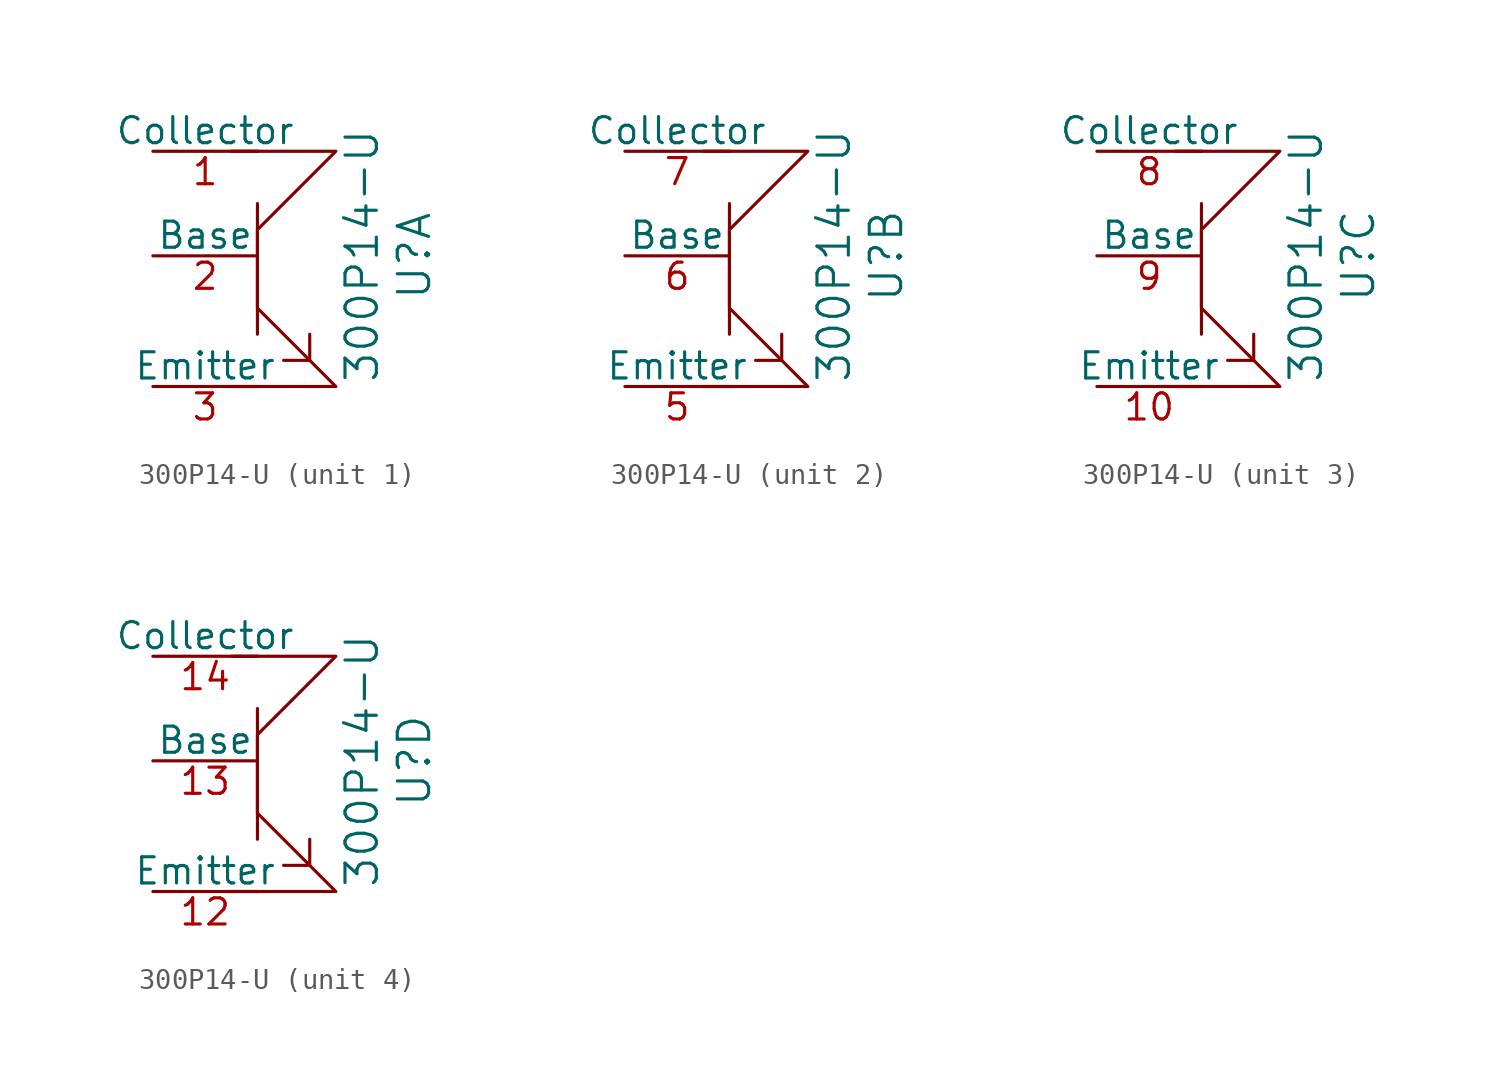
<source format=kicad_sym>
(kicad_symbol_lib
  (version 20241209)
  (generator "kicad_symbol_editor")
  (generator_version "9.0")
  (symbol "300P14-U"
    (pin_names
      (offset 0))
    (property "Reference" "U"
      (at 3.81 0 90)
      (effects (font (size 1.524 1.524))))
    (property "Value" "300P14-U"
      (at 1.27 0 90)
      (effects (font (size 1.524 1.524))))
    (property "Footprint" ""
      (at 0 1.27 0)
      (effects (font (size 1.524 1.524))))
    (symbol "300P14-U_0_1"
      (polyline (pts (xy -3.81 5.08) (xy -5.08 5.08)) (stroke (width 0) (type solid)) (fill (type none)))
      (polyline (pts (xy -3.81 5.08) (xy 0 5.08) (xy -3.81 1.27) (xy -3.81 -2.54) (xy 0 -6.35) (xy -5.08 -6.35)) (stroke (width 0) (type solid)) (fill (type none)))
      (polyline (pts (xy -3.81 1.27) (xy -3.81 2.54) (xy -3.81 -2.54) (xy -3.81 -3.81)) (stroke (width 0) (type solid)) (fill (type none)))
      (polyline (pts (xy -1.27 -3.81) (xy -1.27 -5.08) (xy -2.54 -5.08)) (stroke (width 0) (type solid)) (fill (type none))))
    (symbol "300P14-U_1_1"
      (pin passive line (at -8.89 5.08 0) (length 5.08) (name "Collector" (effects (font (size 1.27 1.27)))) (number "1" (effects (font (size 1.27 1.27)))))
      (pin passive line (at -8.89 0 0) (length 5.08) (name "Base" (effects (font (size 1.27 1.27)))) (number "2" (effects (font (size 1.27 1.27)))))
      (pin passive line (at -8.89 -6.35 0) (length 5.08) (name "Emitter" (effects (font (size 1.27 1.27)))) (number "3" (effects (font (size 1.27 1.27))))))
    (symbol "300P14-U_2_1"
      (pin passive line (at -8.89 5.08 0) (length 5.08) (name "Collector" (effects (font (size 1.27 1.27)))) (number "7" (effects (font (size 1.27 1.27)))))
      (pin passive line (at -8.89 0 0) (length 5.08) (name "Base" (effects (font (size 1.27 1.27)))) (number "6" (effects (font (size 1.27 1.27)))))
      (pin passive line (at -8.89 -6.35 0) (length 5.08) (name "Emitter" (effects (font (size 1.27 1.27)))) (number "5" (effects (font (size 1.27 1.27))))))
    (symbol "300P14-U_3_1"
      (pin passive line (at -8.89 5.08 0) (length 5.08) (name "Collector" (effects (font (size 1.27 1.27)))) (number "8" (effects (font (size 1.27 1.27)))))
      (pin passive line (at -8.89 0 0) (length 5.08) (name "Base" (effects (font (size 1.27 1.27)))) (number "9" (effects (font (size 1.27 1.27)))))
      (pin passive line (at -8.89 -6.35 0) (length 5.08) (name "Emitter" (effects (font (size 1.27 1.27)))) (number "10" (effects (font (size 1.27 1.27))))))
    (symbol "300P14-U_4_1"
      (pin passive line (at -8.89 5.08 0) (length 5.08) (name "Collector" (effects (font (size 1.27 1.27)))) (number "14" (effects (font (size 1.27 1.27)))))
      (pin passive line (at -8.89 0 0) (length 5.08) (name "Base" (effects (font (size 1.27 1.27)))) (number "13" (effects (font (size 1.27 1.27)))))
      (pin passive line (at -8.89 -6.35 0) (length 5.08) (name "Emitter" (effects (font (size 1.27 1.27)))) (number "12" (effects (font (size 1.27 1.27))))))))
</source>
